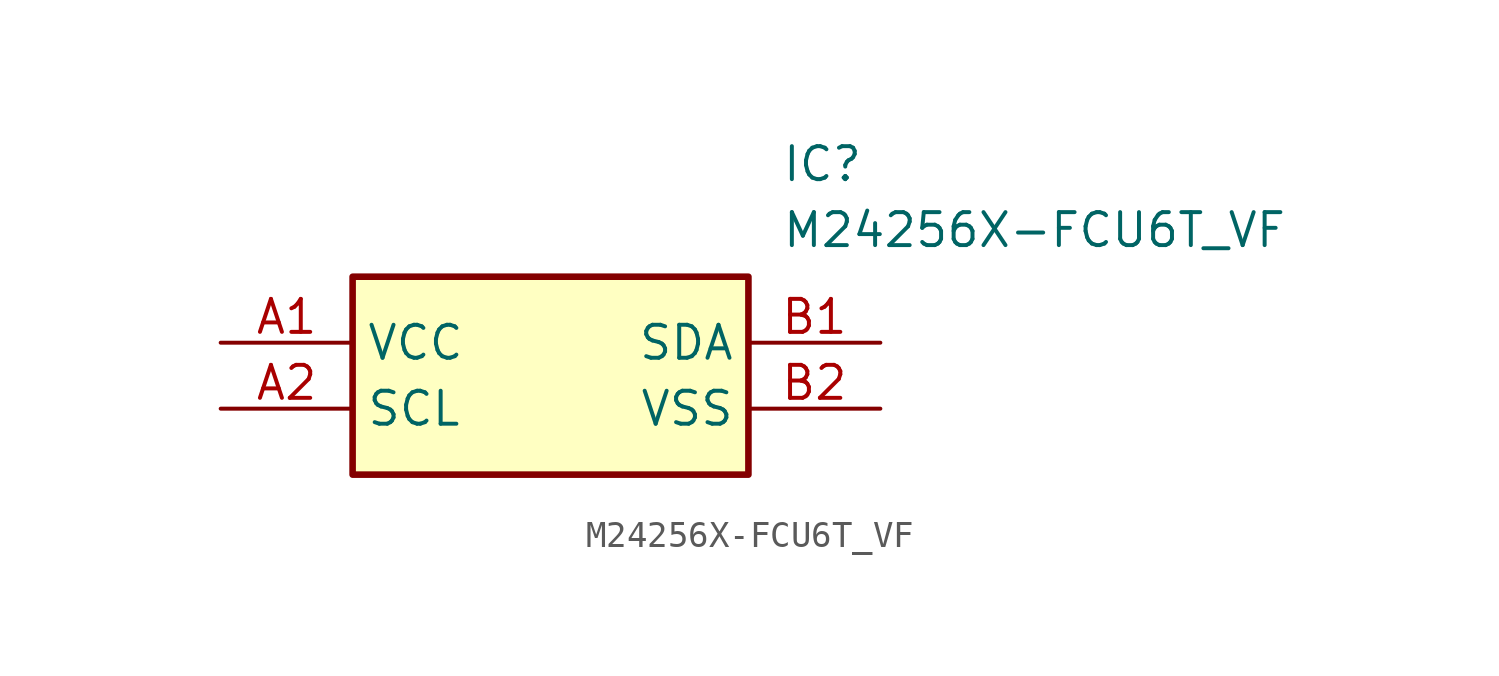
<source format=kicad_sym>
(kicad_symbol_lib
  (version 20211014)
  (generator SamacSys_ECAD_Model)
  (symbol "M24256X-FCU6T_VF"
    (property "Reference" "IC"
      (at 21.59 7.62 0)
      (effects (font (size 1.27 1.27)) (justify left top)))
    (property "Value" "M24256X-FCU6T_VF"
      (at 21.59 5.08 0)
      (effects (font (size 1.27 1.27)) (justify left top)))
    (rectangle
      (start 5.08 2.54)
      (end 20.32 -5.08)
      (stroke (width 0.254) (type default))
      (fill (type background)))
    (pin passive line
      (at 0 0 0)
      (length 5.08)
      (name "VCC" (effects (font (size 1.27 1.27))))
      (number "A1" (effects (font (size 1.27 1.27)))))
    (pin passive line
      (at 0 -2.54 0)
      (length 5.08)
      (name "SCL" (effects (font (size 1.27 1.27))))
      (number "A2" (effects (font (size 1.27 1.27)))))
    (pin passive line
      (at 25.4 0 180)
      (length 5.08)
      (name "SDA" (effects (font (size 1.27 1.27))))
      (number "B1" (effects (font (size 1.27 1.27)))))
    (pin passive line
      (at 25.4 -2.54 180)
      (length 5.08)
      (name "VSS" (effects (font (size 1.27 1.27))))
      (number "B2" (effects (font (size 1.27 1.27)))))))
</source>
